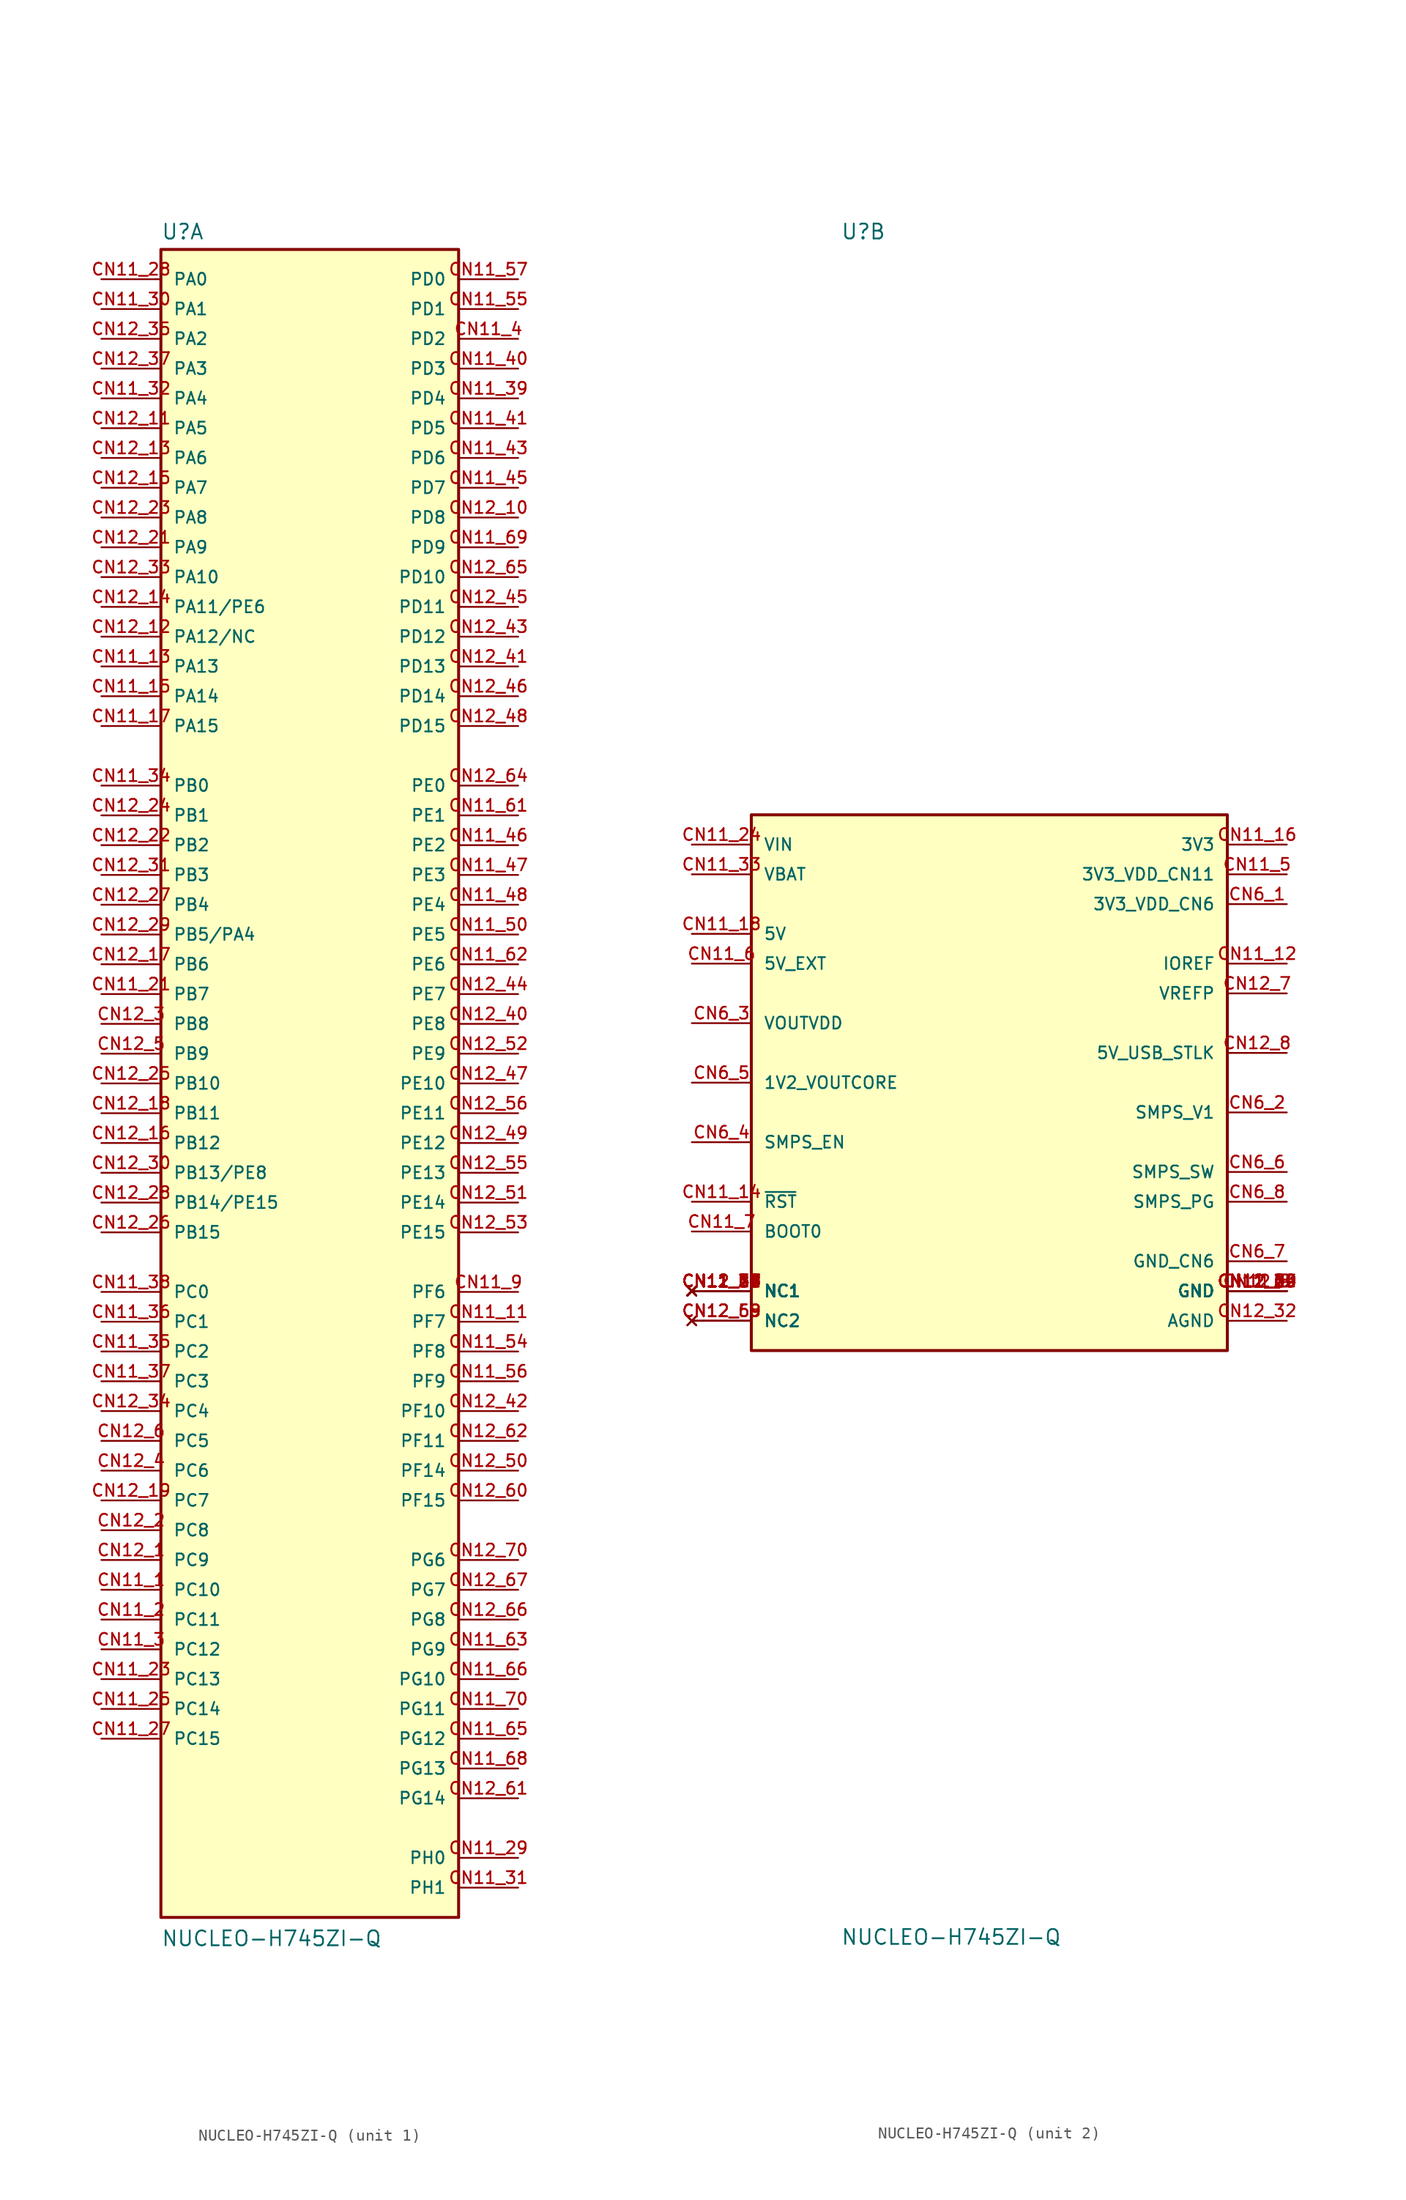
<source format=kicad_sym>
(kicad_symbol_lib
  (version 20211014)
  (generator kicad_symbol_editor)
  (symbol "NUCLEO-H745ZI-Q"
    (pin_names
      (offset 1.016))
    (property "Reference" "U"
      (at -12.7 71.882 0)
      (effects (font (size 1.27 1.27)) (justify bottom left)))
    (property "Value" "NUCLEO-H745ZI-Q"
      (at -12.7 -73.66 0)
      (effects (font (size 1.27 1.27)) (justify bottom left)))
    (symbol "NUCLEO-H745ZI-Q_1_0"
      (rectangle (start -12.7 -71.12) (end 12.7 71.12) (stroke (width 0.254)) (fill (type background)))
      (pin bidirectional line (at -17.78 -43.18 0) (length 5.08) (name "PC10" (effects (font (size 1.016 1.016)))) (number "CN11_1" (effects (font (size 1.016 1.016)))))
      (pin bidirectional line (at -17.78 -45.72 0) (length 5.08) (name "PC11" (effects (font (size 1.016 1.016)))) (number "CN11_2" (effects (font (size 1.016 1.016)))))
      (pin bidirectional line (at -17.78 -48.26 0) (length 5.08) (name "PC12" (effects (font (size 1.016 1.016)))) (number "CN11_3" (effects (font (size 1.016 1.016)))))
      (pin bidirectional line (at 17.78 63.5 180.0) (length 5.08) (name "PD2" (effects (font (size 1.016 1.016)))) (number "CN11_4" (effects (font (size 1.016 1.016)))))
      (pin bidirectional line (at 17.78 -17.78 180.0) (length 5.08) (name "PF6" (effects (font (size 1.016 1.016)))) (number "CN11_9" (effects (font (size 1.016 1.016)))))
      (pin bidirectional line (at 17.78 -20.32 180.0) (length 5.08) (name "PF7" (effects (font (size 1.016 1.016)))) (number "CN11_11" (effects (font (size 1.016 1.016)))))
      (pin bidirectional line (at -17.78 35.56 0) (length 5.08) (name "PA13" (effects (font (size 1.016 1.016)))) (number "CN11_13" (effects (font (size 1.016 1.016)))))
      (pin bidirectional line (at -17.78 33.02 0) (length 5.08) (name "PA14" (effects (font (size 1.016 1.016)))) (number "CN11_15" (effects (font (size 1.016 1.016)))))
      (pin bidirectional line (at -17.78 7.62 0) (length 5.08) (name "PB7" (effects (font (size 1.016 1.016)))) (number "CN11_21" (effects (font (size 1.016 1.016)))))
      (pin bidirectional line (at -17.78 -50.8 0) (length 5.08) (name "PC13" (effects (font (size 1.016 1.016)))) (number "CN11_23" (effects (font (size 1.016 1.016)))))
      (pin bidirectional line (at -17.78 30.48 0) (length 5.08) (name "PA15" (effects (font (size 1.016 1.016)))) (number "CN11_17" (effects (font (size 1.016 1.016)))))
      (pin bidirectional line (at -17.78 -55.88 0) (length 5.08) (name "PC15" (effects (font (size 1.016 1.016)))) (number "CN11_27" (effects (font (size 1.016 1.016)))))
      (pin bidirectional line (at -17.78 68.58 0) (length 5.08) (name "PA0" (effects (font (size 1.016 1.016)))) (number "CN11_28" (effects (font (size 1.016 1.016)))))
      (pin bidirectional line (at 17.78 -66.04 180.0) (length 5.08) (name "PH0" (effects (font (size 1.016 1.016)))) (number "CN11_29" (effects (font (size 1.016 1.016)))))
      (pin bidirectional line (at -17.78 66.04 0) (length 5.08) (name "PA1" (effects (font (size 1.016 1.016)))) (number "CN11_30" (effects (font (size 1.016 1.016)))))
      (pin bidirectional line (at 17.78 -68.58 180.0) (length 5.08) (name "PH1" (effects (font (size 1.016 1.016)))) (number "CN11_31" (effects (font (size 1.016 1.016)))))
      (pin bidirectional line (at -17.78 58.42 0) (length 5.08) (name "PA4" (effects (font (size 1.016 1.016)))) (number "CN11_32" (effects (font (size 1.016 1.016)))))
      (pin bidirectional line (at -17.78 25.4 0) (length 5.08) (name "PB0" (effects (font (size 1.016 1.016)))) (number "CN11_34" (effects (font (size 1.016 1.016)))))
      (pin bidirectional line (at -17.78 -22.86 0) (length 5.08) (name "PC2" (effects (font (size 1.016 1.016)))) (number "CN11_35" (effects (font (size 1.016 1.016)))))
      (pin bidirectional line (at -17.78 -20.32 0) (length 5.08) (name "PC1" (effects (font (size 1.016 1.016)))) (number "CN11_36" (effects (font (size 1.016 1.016)))))
      (pin bidirectional line (at -17.78 -25.4 0) (length 5.08) (name "PC3" (effects (font (size 1.016 1.016)))) (number "CN11_37" (effects (font (size 1.016 1.016)))))
      (pin bidirectional line (at -17.78 -17.78 0) (length 5.08) (name "PC0" (effects (font (size 1.016 1.016)))) (number "CN11_38" (effects (font (size 1.016 1.016)))))
      (pin bidirectional line (at 17.78 58.42 180.0) (length 5.08) (name "PD4" (effects (font (size 1.016 1.016)))) (number "CN11_39" (effects (font (size 1.016 1.016)))))
      (pin bidirectional line (at 17.78 60.96 180.0) (length 5.08) (name "PD3" (effects (font (size 1.016 1.016)))) (number "CN11_40" (effects (font (size 1.016 1.016)))))
      (pin bidirectional line (at 17.78 55.88 180.0) (length 5.08) (name "PD5" (effects (font (size 1.016 1.016)))) (number "CN11_41" (effects (font (size 1.016 1.016)))))
      (pin bidirectional line (at 17.78 53.34 180.0) (length 5.08) (name "PD6" (effects (font (size 1.016 1.016)))) (number "CN11_43" (effects (font (size 1.016 1.016)))))
      (pin bidirectional line (at 17.78 50.8 180.0) (length 5.08) (name "PD7" (effects (font (size 1.016 1.016)))) (number "CN11_45" (effects (font (size 1.016 1.016)))))
      (pin bidirectional line (at 17.78 17.78 180.0) (length 5.08) (name "PE3" (effects (font (size 1.016 1.016)))) (number "CN11_47" (effects (font (size 1.016 1.016)))))
      (pin bidirectional line (at 17.78 20.32 180.0) (length 5.08) (name "PE2" (effects (font (size 1.016 1.016)))) (number "CN11_46" (effects (font (size 1.016 1.016)))))
      (pin bidirectional line (at 17.78 15.24 180.0) (length 5.08) (name "PE4" (effects (font (size 1.016 1.016)))) (number "CN11_48" (effects (font (size 1.016 1.016)))))
      (pin bidirectional line (at 17.78 12.7 180.0) (length 5.08) (name "PE5" (effects (font (size 1.016 1.016)))) (number "CN11_50" (effects (font (size 1.016 1.016)))))
      (pin bidirectional line (at 17.78 -22.86 180.0) (length 5.08) (name "PF8" (effects (font (size 1.016 1.016)))) (number "CN11_54" (effects (font (size 1.016 1.016)))))
      (pin bidirectional line (at 17.78 66.04 180.0) (length 5.08) (name "PD1" (effects (font (size 1.016 1.016)))) (number "CN11_55" (effects (font (size 1.016 1.016)))))
      (pin bidirectional line (at 17.78 -25.4 180.0) (length 5.08) (name "PF9" (effects (font (size 1.016 1.016)))) (number "CN11_56" (effects (font (size 1.016 1.016)))))
      (pin bidirectional line (at 17.78 68.58 180.0) (length 5.08) (name "PD0" (effects (font (size 1.016 1.016)))) (number "CN11_57" (effects (font (size 1.016 1.016)))))
      (pin bidirectional line (at 17.78 22.86 180.0) (length 5.08) (name "PE1" (effects (font (size 1.016 1.016)))) (number "CN11_61" (effects (font (size 1.016 1.016)))))
      (pin bidirectional line (at 17.78 10.16 180.0) (length 5.08) (name "PE6" (effects (font (size 1.016 1.016)))) (number "CN11_62" (effects (font (size 1.016 1.016)))))
      (pin bidirectional line (at 17.78 -48.26 180.0) (length 5.08) (name "PG9" (effects (font (size 1.016 1.016)))) (number "CN11_63" (effects (font (size 1.016 1.016)))))
      (pin bidirectional line (at 17.78 -55.88 180.0) (length 5.08) (name "PG12" (effects (font (size 1.016 1.016)))) (number "CN11_65" (effects (font (size 1.016 1.016)))))
      (pin bidirectional line (at 17.78 -50.8 180.0) (length 5.08) (name "PG10" (effects (font (size 1.016 1.016)))) (number "CN11_66" (effects (font (size 1.016 1.016)))))
      (pin bidirectional line (at 17.78 -58.42 180.0) (length 5.08) (name "PG13" (effects (font (size 1.016 1.016)))) (number "CN11_68" (effects (font (size 1.016 1.016)))))
      (pin bidirectional line (at 17.78 45.72 180.0) (length 5.08) (name "PD9" (effects (font (size 1.016 1.016)))) (number "CN11_69" (effects (font (size 1.016 1.016)))))
      (pin bidirectional line (at 17.78 -53.34 180.0) (length 5.08) (name "PG11" (effects (font (size 1.016 1.016)))) (number "CN11_70" (effects (font (size 1.016 1.016)))))
      (pin bidirectional line (at -17.78 -40.64 0) (length 5.08) (name "PC9" (effects (font (size 1.016 1.016)))) (number "CN12_1" (effects (font (size 1.016 1.016)))))
      (pin bidirectional line (at -17.78 -38.1 0) (length 5.08) (name "PC8" (effects (font (size 1.016 1.016)))) (number "CN12_2" (effects (font (size 1.016 1.016)))))
      (pin bidirectional line (at -17.78 5.08 0) (length 5.08) (name "PB8" (effects (font (size 1.016 1.016)))) (number "CN12_3" (effects (font (size 1.016 1.016)))))
      (pin bidirectional line (at -17.78 -33.02 0) (length 5.08) (name "PC6" (effects (font (size 1.016 1.016)))) (number "CN12_4" (effects (font (size 1.016 1.016)))))
      (pin bidirectional line (at -17.78 2.54 0) (length 5.08) (name "PB9" (effects (font (size 1.016 1.016)))) (number "CN12_5" (effects (font (size 1.016 1.016)))))
      (pin bidirectional line (at -17.78 -30.48 0) (length 5.08) (name "PC5" (effects (font (size 1.016 1.016)))) (number "CN12_6" (effects (font (size 1.016 1.016)))))
      (pin bidirectional line (at 17.78 48.26 180.0) (length 5.08) (name "PD8" (effects (font (size 1.016 1.016)))) (number "CN12_10" (effects (font (size 1.016 1.016)))))
      (pin bidirectional line (at -17.78 55.88 0) (length 5.08) (name "PA5" (effects (font (size 1.016 1.016)))) (number "CN12_11" (effects (font (size 1.016 1.016)))))
      (pin bidirectional line (at -17.78 38.1 0) (length 5.08) (name "PA12/NC" (effects (font (size 1.016 1.016)))) (number "CN12_12" (effects (font (size 1.016 1.016)))))
      (pin bidirectional line (at -17.78 40.64 0) (length 5.08) (name "PA11/PE6" (effects (font (size 1.016 1.016)))) (number "CN12_14" (effects (font (size 1.016 1.016)))))
      (pin bidirectional line (at -17.78 53.34 0) (length 5.08) (name "PA6" (effects (font (size 1.016 1.016)))) (number "CN12_13" (effects (font (size 1.016 1.016)))))
      (pin bidirectional line (at -17.78 50.8 0) (length 5.08) (name "PA7" (effects (font (size 1.016 1.016)))) (number "CN12_15" (effects (font (size 1.016 1.016)))))
      (pin bidirectional line (at -17.78 -5.08 0) (length 5.08) (name "PB12" (effects (font (size 1.016 1.016)))) (number "CN12_16" (effects (font (size 1.016 1.016)))))
      (pin bidirectional line (at -17.78 10.16 0) (length 5.08) (name "PB6" (effects (font (size 1.016 1.016)))) (number "CN12_17" (effects (font (size 1.016 1.016)))))
      (pin bidirectional line (at -17.78 -2.54 0) (length 5.08) (name "PB11" (effects (font (size 1.016 1.016)))) (number "CN12_18" (effects (font (size 1.016 1.016)))))
      (pin bidirectional line (at -17.78 -35.56 0) (length 5.08) (name "PC7" (effects (font (size 1.016 1.016)))) (number "CN12_19" (effects (font (size 1.016 1.016)))))
      (pin bidirectional line (at -17.78 45.72 0) (length 5.08) (name "PA9" (effects (font (size 1.016 1.016)))) (number "CN12_21" (effects (font (size 1.016 1.016)))))
      (pin bidirectional line (at -17.78 20.32 0) (length 5.08) (name "PB2" (effects (font (size 1.016 1.016)))) (number "CN12_22" (effects (font (size 1.016 1.016)))))
      (pin bidirectional line (at -17.78 48.26 0) (length 5.08) (name "PA8" (effects (font (size 1.016 1.016)))) (number "CN12_23" (effects (font (size 1.016 1.016)))))
      (pin bidirectional line (at -17.78 22.86 0) (length 5.08) (name "PB1" (effects (font (size 1.016 1.016)))) (number "CN12_24" (effects (font (size 1.016 1.016)))))
      (pin bidirectional line (at -17.78 0.0 0) (length 5.08) (name "PB10" (effects (font (size 1.016 1.016)))) (number "CN12_25" (effects (font (size 1.016 1.016)))))
      (pin bidirectional line (at -17.78 -12.7 0) (length 5.08) (name "PB15" (effects (font (size 1.016 1.016)))) (number "CN12_26" (effects (font (size 1.016 1.016)))))
      (pin bidirectional line (at -17.78 15.24 0) (length 5.08) (name "PB4" (effects (font (size 1.016 1.016)))) (number "CN12_27" (effects (font (size 1.016 1.016)))))
      (pin bidirectional line (at -17.78 -10.16 0) (length 5.08) (name "PB14/PE15" (effects (font (size 1.016 1.016)))) (number "CN12_28" (effects (font (size 1.016 1.016)))))
      (pin bidirectional line (at -17.78 12.7 0) (length 5.08) (name "PB5/PA4" (effects (font (size 1.016 1.016)))) (number "CN12_29" (effects (font (size 1.016 1.016)))))
      (pin bidirectional line (at -17.78 -7.62 0) (length 5.08) (name "PB13/PE8" (effects (font (size 1.016 1.016)))) (number "CN12_30" (effects (font (size 1.016 1.016)))))
      (pin bidirectional line (at -17.78 17.78 0) (length 5.08) (name "PB3" (effects (font (size 1.016 1.016)))) (number "CN12_31" (effects (font (size 1.016 1.016)))))
      (pin bidirectional line (at -17.78 43.18 0) (length 5.08) (name "PA10" (effects (font (size 1.016 1.016)))) (number "CN12_33" (effects (font (size 1.016 1.016)))))
      (pin bidirectional line (at -17.78 -27.94 0) (length 5.08) (name "PC4" (effects (font (size 1.016 1.016)))) (number "CN12_34" (effects (font (size 1.016 1.016)))))
      (pin bidirectional line (at -17.78 63.5 0) (length 5.08) (name "PA2" (effects (font (size 1.016 1.016)))) (number "CN12_35" (effects (font (size 1.016 1.016)))))
      (pin bidirectional line (at -17.78 60.96 0) (length 5.08) (name "PA3" (effects (font (size 1.016 1.016)))) (number "CN12_37" (effects (font (size 1.016 1.016)))))
      (pin bidirectional line (at 17.78 5.08 180.0) (length 5.08) (name "PE8" (effects (font (size 1.016 1.016)))) (number "CN12_40" (effects (font (size 1.016 1.016)))))
      (pin bidirectional line (at 17.78 35.56 180.0) (length 5.08) (name "PD13" (effects (font (size 1.016 1.016)))) (number "CN12_41" (effects (font (size 1.016 1.016)))))
      (pin bidirectional line (at 17.78 -27.94 180.0) (length 5.08) (name "PF10" (effects (font (size 1.016 1.016)))) (number "CN12_42" (effects (font (size 1.016 1.016)))))
      (pin bidirectional line (at 17.78 38.1 180.0) (length 5.08) (name "PD12" (effects (font (size 1.016 1.016)))) (number "CN12_43" (effects (font (size 1.016 1.016)))))
      (pin bidirectional line (at 17.78 7.62 180.0) (length 5.08) (name "PE7" (effects (font (size 1.016 1.016)))) (number "CN12_44" (effects (font (size 1.016 1.016)))))
      (pin bidirectional line (at 17.78 40.64 180.0) (length 5.08) (name "PD11" (effects (font (size 1.016 1.016)))) (number "CN12_45" (effects (font (size 1.016 1.016)))))
      (pin bidirectional line (at 17.78 33.02 180.0) (length 5.08) (name "PD14" (effects (font (size 1.016 1.016)))) (number "CN12_46" (effects (font (size 1.016 1.016)))))
      (pin bidirectional line (at 17.78 0.0 180.0) (length 5.08) (name "PE10" (effects (font (size 1.016 1.016)))) (number "CN12_47" (effects (font (size 1.016 1.016)))))
      (pin bidirectional line (at 17.78 30.48 180.0) (length 5.08) (name "PD15" (effects (font (size 1.016 1.016)))) (number "CN12_48" (effects (font (size 1.016 1.016)))))
      (pin bidirectional line (at 17.78 -5.08 180.0) (length 5.08) (name "PE12" (effects (font (size 1.016 1.016)))) (number "CN12_49" (effects (font (size 1.016 1.016)))))
      (pin bidirectional line (at 17.78 -33.02 180.0) (length 5.08) (name "PF14" (effects (font (size 1.016 1.016)))) (number "CN12_50" (effects (font (size 1.016 1.016)))))
      (pin bidirectional line (at 17.78 -10.16 180.0) (length 5.08) (name "PE14" (effects (font (size 1.016 1.016)))) (number "CN12_51" (effects (font (size 1.016 1.016)))))
      (pin bidirectional line (at 17.78 2.54 180.0) (length 5.08) (name "PE9" (effects (font (size 1.016 1.016)))) (number "CN12_52" (effects (font (size 1.016 1.016)))))
      (pin bidirectional line (at 17.78 -12.7 180.0) (length 5.08) (name "PE15" (effects (font (size 1.016 1.016)))) (number "CN12_53" (effects (font (size 1.016 1.016)))))
      (pin bidirectional line (at 17.78 -7.62 180.0) (length 5.08) (name "PE13" (effects (font (size 1.016 1.016)))) (number "CN12_55" (effects (font (size 1.016 1.016)))))
      (pin bidirectional line (at 17.78 -2.54 180.0) (length 5.08) (name "PE11" (effects (font (size 1.016 1.016)))) (number "CN12_56" (effects (font (size 1.016 1.016)))))
      (pin bidirectional line (at 17.78 -35.56 180.0) (length 5.08) (name "PF15" (effects (font (size 1.016 1.016)))) (number "CN12_60" (effects (font (size 1.016 1.016)))))
      (pin bidirectional line (at 17.78 -60.96 180.0) (length 5.08) (name "PG14" (effects (font (size 1.016 1.016)))) (number "CN12_61" (effects (font (size 1.016 1.016)))))
      (pin bidirectional line (at 17.78 -30.48 180.0) (length 5.08) (name "PF11" (effects (font (size 1.016 1.016)))) (number "CN12_62" (effects (font (size 1.016 1.016)))))
      (pin bidirectional line (at 17.78 25.4 180.0) (length 5.08) (name "PE0" (effects (font (size 1.016 1.016)))) (number "CN12_64" (effects (font (size 1.016 1.016)))))
      (pin bidirectional line (at 17.78 43.18 180.0) (length 5.08) (name "PD10" (effects (font (size 1.016 1.016)))) (number "CN12_65" (effects (font (size 1.016 1.016)))))
      (pin bidirectional line (at 17.78 -45.72 180.0) (length 5.08) (name "PG8" (effects (font (size 1.016 1.016)))) (number "CN12_66" (effects (font (size 1.016 1.016)))))
      (pin bidirectional line (at 17.78 -43.18 180.0) (length 5.08) (name "PG7" (effects (font (size 1.016 1.016)))) (number "CN12_67" (effects (font (size 1.016 1.016)))))
      (pin bidirectional line (at 17.78 -40.64 180.0) (length 5.08) (name "PG6" (effects (font (size 1.016 1.016)))) (number "CN12_70" (effects (font (size 1.016 1.016)))))
      (pin bidirectional line (at -17.78 -53.34 0) (length 5.08) (name "PC14" (effects (font (size 1.016 1.016)))) (number "CN11_25" (effects (font (size 1.016 1.016))))))
    (symbol "NUCLEO-H745ZI-Q_2_0"
      (rectangle (start -20.32 -22.86) (end 20.32 22.86) (stroke (width 0.254)) (fill (type background)))
      (pin power_in line (at 25.4 17.78 180.0) (length 5.08) (name "3V3_VDD_CN11" (effects (font (size 1.016 1.016)))) (number "CN11_5" (effects (font (size 1.016 1.016)))))
      (pin power_in line (at -25.4 10.16 0) (length 5.08) (name "5V_EXT" (effects (font (size 1.016 1.016)))) (number "CN11_6" (effects (font (size 1.016 1.016)))))
      (pin input line (at -25.4 -12.7 0) (length 5.08) (name "BOOT0" (effects (font (size 1.016 1.016)))) (number "CN11_7" (effects (font (size 1.016 1.016)))))
      (pin power_in line (at 25.4 -17.78 180.0) (length 5.08) (name "GND" (effects (font (size 1.016 1.016)))) (number "CN11_8" (effects (font (size 1.016 1.016)))))
      (pin power_in line (at 25.4 -17.78 180.0) (length 5.08) (name "GND" (effects (font (size 1.016 1.016)))) (number "CN11_19" (effects (font (size 1.016 1.016)))))
      (pin power_in line (at 25.4 -17.78 180.0) (length 5.08) (name "GND" (effects (font (size 1.016 1.016)))) (number "CN11_20" (effects (font (size 1.016 1.016)))))
      (pin power_in line (at 25.4 -17.78 180.0) (length 5.08) (name "GND" (effects (font (size 1.016 1.016)))) (number "CN11_22" (effects (font (size 1.016 1.016)))))
      (pin power_in line (at 25.4 -17.78 180.0) (length 5.08) (name "GND" (effects (font (size 1.016 1.016)))) (number "CN11_49" (effects (font (size 1.016 1.016)))))
      (pin power_in line (at 25.4 -17.78 180.0) (length 5.08) (name "GND" (effects (font (size 1.016 1.016)))) (number "CN11_60" (effects (font (size 1.016 1.016)))))
      (pin power_in line (at 25.4 -17.78 180.0) (length 5.08) (name "GND" (effects (font (size 1.016 1.016)))) (number "CN12_9" (effects (font (size 1.016 1.016)))))
      (pin power_in line (at 25.4 -17.78 180.0) (length 5.08) (name "GND" (effects (font (size 1.016 1.016)))) (number "CN12_20" (effects (font (size 1.016 1.016)))))
      (pin power_in line (at 25.4 -17.78 180.0) (length 5.08) (name "GND" (effects (font (size 1.016 1.016)))) (number "CN12_39" (effects (font (size 1.016 1.016)))))
      (pin power_in line (at 25.4 -17.78 180.0) (length 5.08) (name "GND" (effects (font (size 1.016 1.016)))) (number "CN12_54" (effects (font (size 1.016 1.016)))))
      (pin power_in line (at 25.4 -17.78 180.0) (length 5.08) (name "GND" (effects (font (size 1.016 1.016)))) (number "CN12_63" (effects (font (size 1.016 1.016)))))
      (pin no_connect line (at -25.4 -17.78 0) (length 5.08) (name "NC1" (effects (font (size 1.016 1.016)))) (number "CN11_10" (effects (font (size 1.016 1.016)))))
      (pin no_connect line (at -25.4 -17.78 0) (length 5.08) (name "NC1" (effects (font (size 1.016 1.016)))) (number "CN11_26" (effects (font (size 1.016 1.016)))))
      (pin no_connect line (at -25.4 -17.78 0) (length 5.08) (name "NC1" (effects (font (size 1.016 1.016)))) (number "CN11_42" (effects (font (size 1.016 1.016)))))
      (pin no_connect line (at -25.4 -17.78 0) (length 5.08) (name "NC1" (effects (font (size 1.016 1.016)))) (number "CN11_44" (effects (font (size 1.016 1.016)))))
      (pin no_connect line (at -25.4 -17.78 0) (length 5.08) (name "NC1" (effects (font (size 1.016 1.016)))) (number "CN11_51" (effects (font (size 1.016 1.016)))))
      (pin no_connect line (at -25.4 -17.78 0) (length 5.08) (name "NC1" (effects (font (size 1.016 1.016)))) (number "CN11_52" (effects (font (size 1.016 1.016)))))
      (pin no_connect line (at -25.4 -17.78 0) (length 5.08) (name "NC1" (effects (font (size 1.016 1.016)))) (number "CN11_53" (effects (font (size 1.016 1.016)))))
      (pin no_connect line (at -25.4 -17.78 0) (length 5.08) (name "NC1" (effects (font (size 1.016 1.016)))) (number "CN11_58" (effects (font (size 1.016 1.016)))))
      (pin no_connect line (at -25.4 -17.78 0) (length 5.08) (name "NC1" (effects (font (size 1.016 1.016)))) (number "CN11_59" (effects (font (size 1.016 1.016)))))
      (pin no_connect line (at -25.4 -17.78 0) (length 5.08) (name "NC1" (effects (font (size 1.016 1.016)))) (number "CN11_64" (effects (font (size 1.016 1.016)))))
      (pin no_connect line (at -25.4 -17.78 0) (length 5.08) (name "NC1" (effects (font (size 1.016 1.016)))) (number "CN11_67" (effects (font (size 1.016 1.016)))))
      (pin no_connect line (at -25.4 -17.78 0) (length 5.08) (name "NC1" (effects (font (size 1.016 1.016)))) (number "CN12_36" (effects (font (size 1.016 1.016)))))
      (pin no_connect line (at -25.4 -17.78 0) (length 5.08) (name "NC1" (effects (font (size 1.016 1.016)))) (number "CN12_38" (effects (font (size 1.016 1.016)))))
      (pin no_connect line (at -25.4 -17.78 0) (length 5.08) (name "NC1" (effects (font (size 1.016 1.016)))) (number "CN12_57" (effects (font (size 1.016 1.016)))))
      (pin no_connect line (at -25.4 -17.78 0) (length 5.08) (name "NC1" (effects (font (size 1.016 1.016)))) (number "CN12_58" (effects (font (size 1.016 1.016)))))
      (pin power_in line (at 25.4 10.16 180.0) (length 5.08) (name "IOREF" (effects (font (size 1.016 1.016)))) (number "CN11_12" (effects (font (size 1.016 1.016)))))
      (pin input line (at -25.4 -10.16 0) (length 5.08) (name "~{RST}" (effects (font (size 1.016 1.016)))) (number "CN11_14" (effects (font (size 1.016 1.016)))))
      (pin power_in line (at 25.4 20.32 180.0) (length 5.08) (name "3V3" (effects (font (size 1.016 1.016)))) (number "CN11_16" (effects (font (size 1.016 1.016)))))
      (pin power_in line (at -25.4 12.7 0) (length 5.08) (name "5V" (effects (font (size 1.016 1.016)))) (number "CN11_18" (effects (font (size 1.016 1.016)))))
      (pin power_in line (at -25.4 20.32 0) (length 5.08) (name "VIN" (effects (font (size 1.016 1.016)))) (number "CN11_24" (effects (font (size 1.016 1.016)))))
      (pin power_in line (at -25.4 17.78 0) (length 5.08) (name "VBAT" (effects (font (size 1.016 1.016)))) (number "CN11_33" (effects (font (size 1.016 1.016)))))
      (pin power_in line (at 25.4 7.62 180.0) (length 5.08) (name "VREFP" (effects (font (size 1.016 1.016)))) (number "CN12_7" (effects (font (size 1.016 1.016)))))
      (pin power_in line (at 25.4 2.54 180.0) (length 5.08) (name "5V_USB_STLK" (effects (font (size 1.016 1.016)))) (number "CN12_8" (effects (font (size 1.016 1.016)))))
      (pin power_in line (at 25.4 -20.32 180.0) (length 5.08) (name "AGND" (effects (font (size 1.016 1.016)))) (number "CN12_32" (effects (font (size 1.016 1.016)))))
      (pin power_in line (at 25.4 -2.54 180.0) (length 5.08) (name "SMPS_V1" (effects (font (size 1.016 1.016)))) (number "CN6_2" (effects (font (size 1.016 1.016)))))
      (pin power_in line (at -25.4 5.08 0) (length 5.08) (name "VOUTVDD" (effects (font (size 1.016 1.016)))) (number "CN6_3" (effects (font (size 1.016 1.016)))))
      (pin input line (at -25.4 -5.08 0) (length 5.08) (name "SMPS_EN" (effects (font (size 1.016 1.016)))) (number "CN6_4" (effects (font (size 1.016 1.016)))))
      (pin power_in line (at -25.4 0.0 0) (length 5.08) (name "1V2_VOUTCORE" (effects (font (size 1.016 1.016)))) (number "CN6_5" (effects (font (size 1.016 1.016)))))
      (pin output line (at 25.4 -7.62 180.0) (length 5.08) (name "SMPS_SW" (effects (font (size 1.016 1.016)))) (number "CN6_6" (effects (font (size 1.016 1.016)))))
      (pin output line (at 25.4 -10.16 180.0) (length 5.08) (name "SMPS_PG" (effects (font (size 1.016 1.016)))) (number "CN6_8" (effects (font (size 1.016 1.016)))))
      (pin no_connect line (at -25.4 -20.32 0) (length 5.08) (name "NC2" (effects (font (size 1.016 1.016)))) (number "CN12_59" (effects (font (size 1.016 1.016)))))
      (pin no_connect line (at -25.4 -20.32 0) (length 5.08) (name "NC2" (effects (font (size 1.016 1.016)))) (number "CN12_68" (effects (font (size 1.016 1.016)))))
      (pin no_connect line (at -25.4 -20.32 0) (length 5.08) (name "NC2" (effects (font (size 1.016 1.016)))) (number "CN12_69" (effects (font (size 1.016 1.016)))))
      (pin power_in line (at 25.4 -15.24 180.0) (length 5.08) (name "GND_CN6" (effects (font (size 1.016 1.016)))) (number "CN6_7" (effects (font (size 1.016 1.016)))))
      (pin power_in line (at 25.4 15.24 180.0) (length 5.08) (name "3V3_VDD_CN6" (effects (font (size 1.016 1.016)))) (number "CN6_1" (effects (font (size 1.016 1.016))))))))
</source>
